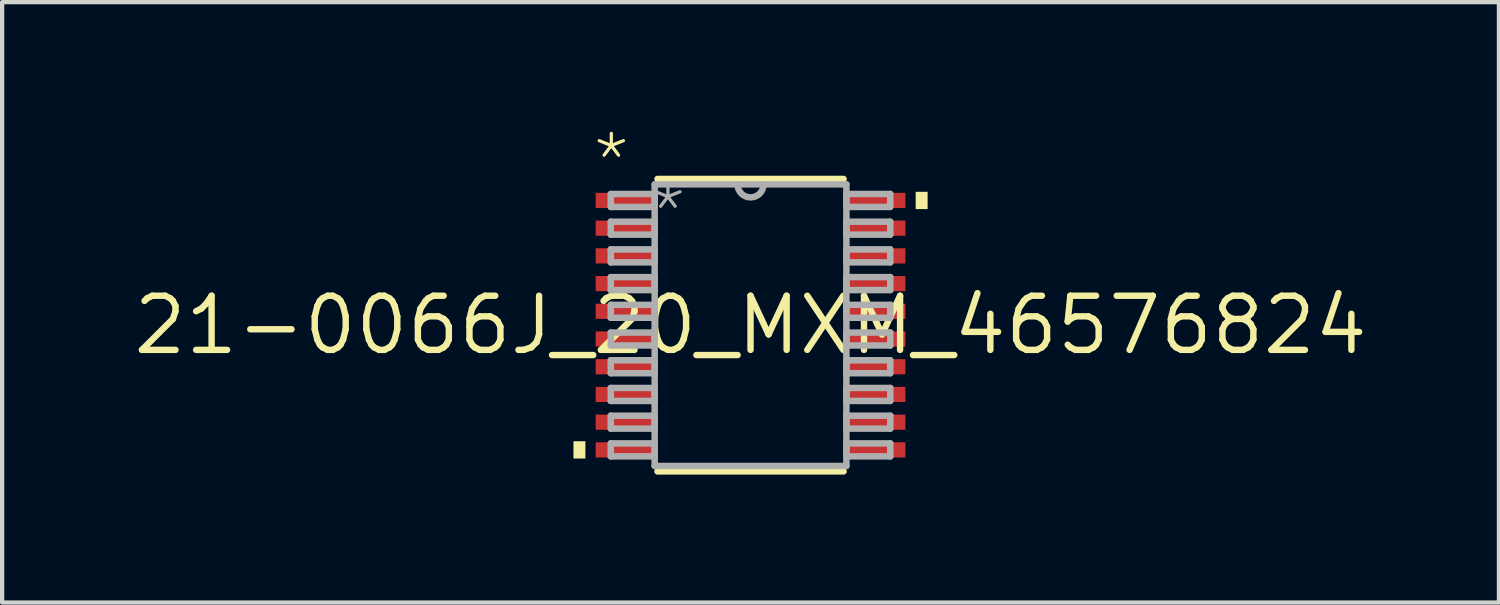
<source format=kicad_pcb>
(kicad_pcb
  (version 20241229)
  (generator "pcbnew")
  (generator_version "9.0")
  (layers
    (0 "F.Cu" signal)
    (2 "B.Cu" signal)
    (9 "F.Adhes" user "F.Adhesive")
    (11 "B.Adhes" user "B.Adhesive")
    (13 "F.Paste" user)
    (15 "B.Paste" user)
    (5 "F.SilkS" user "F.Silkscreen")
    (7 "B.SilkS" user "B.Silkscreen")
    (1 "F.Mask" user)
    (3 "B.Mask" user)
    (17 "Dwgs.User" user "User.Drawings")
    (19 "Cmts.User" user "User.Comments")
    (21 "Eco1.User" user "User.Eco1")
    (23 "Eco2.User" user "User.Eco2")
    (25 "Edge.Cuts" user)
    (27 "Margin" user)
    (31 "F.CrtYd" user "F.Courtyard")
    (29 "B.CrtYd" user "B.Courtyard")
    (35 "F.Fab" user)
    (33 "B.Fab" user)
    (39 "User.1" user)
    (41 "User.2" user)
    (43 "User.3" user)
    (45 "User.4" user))
  (footprint "21-0066J_20_MXM_46576824"
    (layer "F.Cu")
    (at 14.552 4.576)
    (property "Reference" "21-0066J_20_MXM_46576824" (at 0 0 0) (layer "F.SilkS") (effects (font (size 1.27 1.27) (thickness 0.15))))
    (fp_line (start -2.182 3.429) (end 2.182 3.429) (stroke (width 0.152) (type solid)) (layer "F.SilkS"))
    (fp_line (start 2.182 -3.429) (end -2.182 -3.429) (stroke (width 0.152) (type solid)) (layer "F.SilkS"))
    (fp_poly (pts (xy -3.873 3.128) (xy -4.153 3.128) (xy -4.153 2.722) (xy -3.873 2.722)) (stroke (width 0) (type default)) (fill yes) (layer "F.SilkS"))
    (fp_poly (pts (xy 4.153 -2.722) (xy 3.873 -2.722) (xy 3.873 -3.128) (xy 4.153 -3.128)) (stroke (width 0) (type default)) (fill yes) (layer "F.SilkS"))
    (fp_line (start -3.277 -3.077) (end -3.277 -2.773) (stroke (width 0.152) (type solid)) (layer "F.Fab"))
    (fp_line (start -3.277 -2.773) (end -2.248 -2.773) (stroke (width 0.152) (type solid)) (layer "F.Fab"))
    (fp_line (start -3.277 -2.427) (end -3.277 -2.123) (stroke (width 0.152) (type solid)) (layer "F.Fab"))
    (fp_line (start -3.277 -2.123) (end -2.248 -2.123) (stroke (width 0.152) (type solid)) (layer "F.Fab"))
    (fp_line (start -3.277 -1.777) (end -3.277 -1.473) (stroke (width 0.152) (type solid)) (layer "F.Fab"))
    (fp_line (start -3.277 -1.473) (end -2.248 -1.473) (stroke (width 0.152) (type solid)) (layer "F.Fab"))
    (fp_line (start -3.277 -1.127) (end -3.277 -0.823) (stroke (width 0.152) (type solid)) (layer "F.Fab"))
    (fp_line (start -3.277 -0.823) (end -2.248 -0.823) (stroke (width 0.152) (type solid)) (layer "F.Fab"))
    (fp_line (start -3.277 -0.477) (end -3.277 -0.173) (stroke (width 0.152) (type solid)) (layer "F.Fab"))
    (fp_line (start -3.277 -0.173) (end -2.248 -0.173) (stroke (width 0.152) (type solid)) (layer "F.Fab"))
    (fp_line (start -3.277 0.173) (end -3.277 0.477) (stroke (width 0.152) (type solid)) (layer "F.Fab"))
    (fp_line (start -3.277 0.477) (end -2.248 0.477) (stroke (width 0.152) (type solid)) (layer "F.Fab"))
    (fp_line (start -3.277 0.823) (end -3.277 1.127) (stroke (width 0.152) (type solid)) (layer "F.Fab"))
    (fp_line (start -3.277 1.127) (end -2.248 1.127) (stroke (width 0.152) (type solid)) (layer "F.Fab"))
    (fp_line (start -3.277 1.473) (end -3.277 1.777) (stroke (width 0.152) (type solid)) (layer "F.Fab"))
    (fp_line (start -3.277 1.777) (end -2.248 1.777) (stroke (width 0.152) (type solid)) (layer "F.Fab"))
    (fp_line (start -3.277 2.123) (end -3.277 2.427) (stroke (width 0.152) (type solid)) (layer "F.Fab"))
    (fp_line (start -3.277 2.427) (end -2.248 2.427) (stroke (width 0.152) (type solid)) (layer "F.Fab"))
    (fp_line (start -3.277 2.773) (end -3.277 3.077) (stroke (width 0.152) (type solid)) (layer "F.Fab"))
    (fp_line (start -3.277 3.077) (end -2.248 3.077) (stroke (width 0.152) (type solid)) (layer "F.Fab"))
    (fp_line (start -2.248 -3.302) (end -2.248 3.302) (stroke (width 0.152) (type solid)) (layer "F.Fab"))
    (fp_line (start -2.248 -3.077) (end -3.277 -3.077) (stroke (width 0.152) (type solid)) (layer "F.Fab"))
    (fp_line (start -2.248 -2.773) (end -2.248 -3.077) (stroke (width 0.152) (type solid)) (layer "F.Fab"))
    (fp_line (start -2.248 -2.427) (end -3.277 -2.427) (stroke (width 0.152) (type solid)) (layer "F.Fab"))
    (fp_line (start -2.248 -2.123) (end -2.248 -2.427) (stroke (width 0.152) (type solid)) (layer "F.Fab"))
    (fp_line (start -2.248 -1.777) (end -3.277 -1.777) (stroke (width 0.152) (type solid)) (layer "F.Fab"))
    (fp_line (start -2.248 -1.473) (end -2.248 -1.777) (stroke (width 0.152) (type solid)) (layer "F.Fab"))
    (fp_line (start -2.248 -1.127) (end -3.277 -1.127) (stroke (width 0.152) (type solid)) (layer "F.Fab"))
    (fp_line (start -2.248 -0.823) (end -2.248 -1.127) (stroke (width 0.152) (type solid)) (layer "F.Fab"))
    (fp_line (start -2.248 -0.477) (end -3.277 -0.477) (stroke (width 0.152) (type solid)) (layer "F.Fab"))
    (fp_line (start -2.248 -0.173) (end -2.248 -0.477) (stroke (width 0.152) (type solid)) (layer "F.Fab"))
    (fp_line (start -2.248 0.173) (end -3.277 0.173) (stroke (width 0.152) (type solid)) (layer "F.Fab"))
    (fp_line (start -2.248 0.477) (end -2.248 0.173) (stroke (width 0.152) (type solid)) (layer "F.Fab"))
    (fp_line (start -2.248 0.823) (end -3.277 0.823) (stroke (width 0.152) (type solid)) (layer "F.Fab"))
    (fp_line (start -2.248 1.127) (end -2.248 0.823) (stroke (width 0.152) (type solid)) (layer "F.Fab"))
    (fp_line (start -2.248 1.473) (end -3.277 1.473) (stroke (width 0.152) (type solid)) (layer "F.Fab"))
    (fp_line (start -2.248 1.777) (end -2.248 1.473) (stroke (width 0.152) (type solid)) (layer "F.Fab"))
    (fp_line (start -2.248 2.123) (end -3.277 2.123) (stroke (width 0.152) (type solid)) (layer "F.Fab"))
    (fp_line (start -2.248 2.427) (end -2.248 2.123) (stroke (width 0.152) (type solid)) (layer "F.Fab"))
    (fp_line (start -2.248 2.773) (end -3.277 2.773) (stroke (width 0.152) (type solid)) (layer "F.Fab"))
    (fp_line (start -2.248 3.077) (end -2.248 2.773) (stroke (width 0.152) (type solid)) (layer "F.Fab"))
    (fp_line (start -2.248 3.302) (end 2.248 3.302) (stroke (width 0.152) (type solid)) (layer "F.Fab"))
    (fp_line (start 2.248 -3.302) (end -2.248 -3.302) (stroke (width 0.152) (type solid)) (layer "F.Fab"))
    (fp_line (start 2.248 -3.077) (end 2.248 -2.773) (stroke (width 0.152) (type solid)) (layer "F.Fab"))
    (fp_line (start 2.248 -2.773) (end 3.277 -2.773) (stroke (width 0.152) (type solid)) (layer "F.Fab"))
    (fp_line (start 2.248 -2.427) (end 2.248 -2.123) (stroke (width 0.152) (type solid)) (layer "F.Fab"))
    (fp_line (start 2.248 -2.123) (end 3.277 -2.123) (stroke (width 0.152) (type solid)) (layer "F.Fab"))
    (fp_line (start 2.248 -1.777) (end 2.248 -1.473) (stroke (width 0.152) (type solid)) (layer "F.Fab"))
    (fp_line (start 2.248 -1.473) (end 3.277 -1.473) (stroke (width 0.152) (type solid)) (layer "F.Fab"))
    (fp_line (start 2.248 -1.127) (end 2.248 -0.823) (stroke (width 0.152) (type solid)) (layer "F.Fab"))
    (fp_line (start 2.248 -0.823) (end 3.277 -0.823) (stroke (width 0.152) (type solid)) (layer "F.Fab"))
    (fp_line (start 2.248 -0.477) (end 2.248 -0.173) (stroke (width 0.152) (type solid)) (layer "F.Fab"))
    (fp_line (start 2.248 -0.173) (end 3.277 -0.173) (stroke (width 0.152) (type solid)) (layer "F.Fab"))
    (fp_line (start 2.248 0.173) (end 2.248 0.477) (stroke (width 0.152) (type solid)) (layer "F.Fab"))
    (fp_line (start 2.248 0.477) (end 3.277 0.477) (stroke (width 0.152) (type solid)) (layer "F.Fab"))
    (fp_line (start 2.248 0.823) (end 2.248 1.127) (stroke (width 0.152) (type solid)) (layer "F.Fab"))
    (fp_line (start 2.248 1.127) (end 3.277 1.127) (stroke (width 0.152) (type solid)) (layer "F.Fab"))
    (fp_line (start 2.248 1.473) (end 2.248 1.777) (stroke (width 0.152) (type solid)) (layer "F.Fab"))
    (fp_line (start 2.248 1.777) (end 3.277 1.777) (stroke (width 0.152) (type solid)) (layer "F.Fab"))
    (fp_line (start 2.248 2.123) (end 2.248 2.427) (stroke (width 0.152) (type solid)) (layer "F.Fab"))
    (fp_line (start 2.248 2.427) (end 3.277 2.427) (stroke (width 0.152) (type solid)) (layer "F.Fab"))
    (fp_line (start 2.248 2.773) (end 2.248 3.077) (stroke (width 0.152) (type solid)) (layer "F.Fab"))
    (fp_line (start 2.248 3.077) (end 3.277 3.077) (stroke (width 0.152) (type solid)) (layer "F.Fab"))
    (fp_line (start 2.248 3.302) (end 2.248 -3.302) (stroke (width 0.152) (type solid)) (layer "F.Fab"))
    (fp_line (start 3.277 -3.077) (end 2.248 -3.077) (stroke (width 0.152) (type solid)) (layer "F.Fab"))
    (fp_line (start 3.277 -2.773) (end 3.277 -3.077) (stroke (width 0.152) (type solid)) (layer "F.Fab"))
    (fp_line (start 3.277 -2.427) (end 2.248 -2.427) (stroke (width 0.152) (type solid)) (layer "F.Fab"))
    (fp_line (start 3.277 -2.123) (end 3.277 -2.427) (stroke (width 0.152) (type solid)) (layer "F.Fab"))
    (fp_line (start 3.277 -1.777) (end 2.248 -1.777) (stroke (width 0.152) (type solid)) (layer "F.Fab"))
    (fp_line (start 3.277 -1.473) (end 3.277 -1.777) (stroke (width 0.152) (type solid)) (layer "F.Fab"))
    (fp_line (start 3.277 -1.127) (end 2.248 -1.127) (stroke (width 0.152) (type solid)) (layer "F.Fab"))
    (fp_line (start 3.277 -0.823) (end 3.277 -1.127) (stroke (width 0.152) (type solid)) (layer "F.Fab"))
    (fp_line (start 3.277 -0.477) (end 2.248 -0.477) (stroke (width 0.152) (type solid)) (layer "F.Fab"))
    (fp_line (start 3.277 -0.173) (end 3.277 -0.477) (stroke (width 0.152) (type solid)) (layer "F.Fab"))
    (fp_line (start 3.277 0.173) (end 2.248 0.173) (stroke (width 0.152) (type solid)) (layer "F.Fab"))
    (fp_line (start 3.277 0.477) (end 3.277 0.173) (stroke (width 0.152) (type solid)) (layer "F.Fab"))
    (fp_line (start 3.277 0.823) (end 2.248 0.823) (stroke (width 0.152) (type solid)) (layer "F.Fab"))
    (fp_line (start 3.277 1.127) (end 3.277 0.823) (stroke (width 0.152) (type solid)) (layer "F.Fab"))
    (fp_line (start 3.277 1.473) (end 2.248 1.473) (stroke (width 0.152) (type solid)) (layer "F.Fab"))
    (fp_line (start 3.277 1.777) (end 3.277 1.473) (stroke (width 0.152) (type solid)) (layer "F.Fab"))
    (fp_line (start 3.277 2.123) (end 2.248 2.123) (stroke (width 0.152) (type solid)) (layer "F.Fab"))
    (fp_line (start 3.277 2.427) (end 3.277 2.123) (stroke (width 0.152) (type solid)) (layer "F.Fab"))
    (fp_line (start 3.277 2.773) (end 2.248 2.773) (stroke (width 0.152) (type solid)) (layer "F.Fab"))
    (fp_line (start 3.277 3.077) (end 3.277 2.773) (stroke (width 0.152) (type solid)) (layer "F.Fab"))
    (fp_arc (start 0.3048 -3.302) (mid 0 -2.9972) (end -0.3048 -3.302) (stroke (width 0.1524) (type solid)) (layer "F.Fab"))
    (fp_text user "*" (at -3.77 -3.154 0) (unlocked yes) (layer "F.SilkS") (effects (font (size 1.194 1.194) (thickness 0.076)) (justify left bottom)))
    (fp_text user "*" (at -2.443 -1.956 0) (unlocked yes) (layer "F.Fab") (effects (font (size 1.194 1.194) (thickness 0.076)) (justify left bottom)))
    (pad "1" smd rect (at -2.94 -2.925) (size 1.384 0.356) (layers "F.Cu" "F.Mask" "F.Paste"))
    (pad "2" smd rect (at -2.94 -2.275) (size 1.384 0.356) (layers "F.Cu" "F.Mask" "F.Paste"))
    (pad "3" smd rect (at -2.94 -1.625) (size 1.384 0.356) (layers "F.Cu" "F.Mask" "F.Paste"))
    (pad "4" smd rect (at -2.94 -0.975) (size 1.384 0.356) (layers "F.Cu" "F.Mask" "F.Paste"))
    (pad "5" smd rect (at -2.94 -0.325) (size 1.384 0.356) (layers "F.Cu" "F.Mask" "F.Paste"))
    (pad "6" smd rect (at -2.94 0.325) (size 1.384 0.356) (layers "F.Cu" "F.Mask" "F.Paste"))
    (pad "7" smd rect (at -2.94 0.975) (size 1.384 0.356) (layers "F.Cu" "F.Mask" "F.Paste"))
    (pad "8" smd rect (at -2.94 1.625) (size 1.384 0.356) (layers "F.Cu" "F.Mask" "F.Paste"))
    (pad "9" smd rect (at -2.94 2.275) (size 1.384 0.356) (layers "F.Cu" "F.Mask" "F.Paste"))
    (pad "10" smd rect (at -2.94 2.925) (size 1.384 0.356) (layers "F.Cu" "F.Mask" "F.Paste"))
    (pad "11" smd rect (at 2.94 2.925) (size 1.384 0.356) (layers "F.Cu" "F.Mask" "F.Paste"))
    (pad "12" smd rect (at 2.94 2.275) (size 1.384 0.356) (layers "F.Cu" "F.Mask" "F.Paste"))
    (pad "13" smd rect (at 2.94 1.625) (size 1.384 0.356) (layers "F.Cu" "F.Mask" "F.Paste"))
    (pad "14" smd rect (at 2.94 0.975) (size 1.384 0.356) (layers "F.Cu" "F.Mask" "F.Paste"))
    (pad "15" smd rect (at 2.94 0.325) (size 1.384 0.356) (layers "F.Cu" "F.Mask" "F.Paste"))
    (pad "16" smd rect (at 2.94 -0.325) (size 1.384 0.356) (layers "F.Cu" "F.Mask" "F.Paste"))
    (pad "17" smd rect (at 2.94 -0.975) (size 1.384 0.356) (layers "F.Cu" "F.Mask" "F.Paste"))
    (pad "18" smd rect (at 2.94 -1.625) (size 1.384 0.356) (layers "F.Cu" "F.Mask" "F.Paste"))
    (pad "19" smd rect (at 2.94 -2.275) (size 1.384 0.356) (layers "F.Cu" "F.Mask" "F.Paste"))
    (pad "20" smd rect (at 2.94 -2.925) (size 1.384 0.356) (layers "F.Cu" "F.Mask" "F.Paste")))
  (gr_rect
    (start -3 -3)
    (end 32.104 11.081)
    (stroke (width 0.1) (type default))
    (fill no)
    (layer "Edge.Cuts")))
</source>
